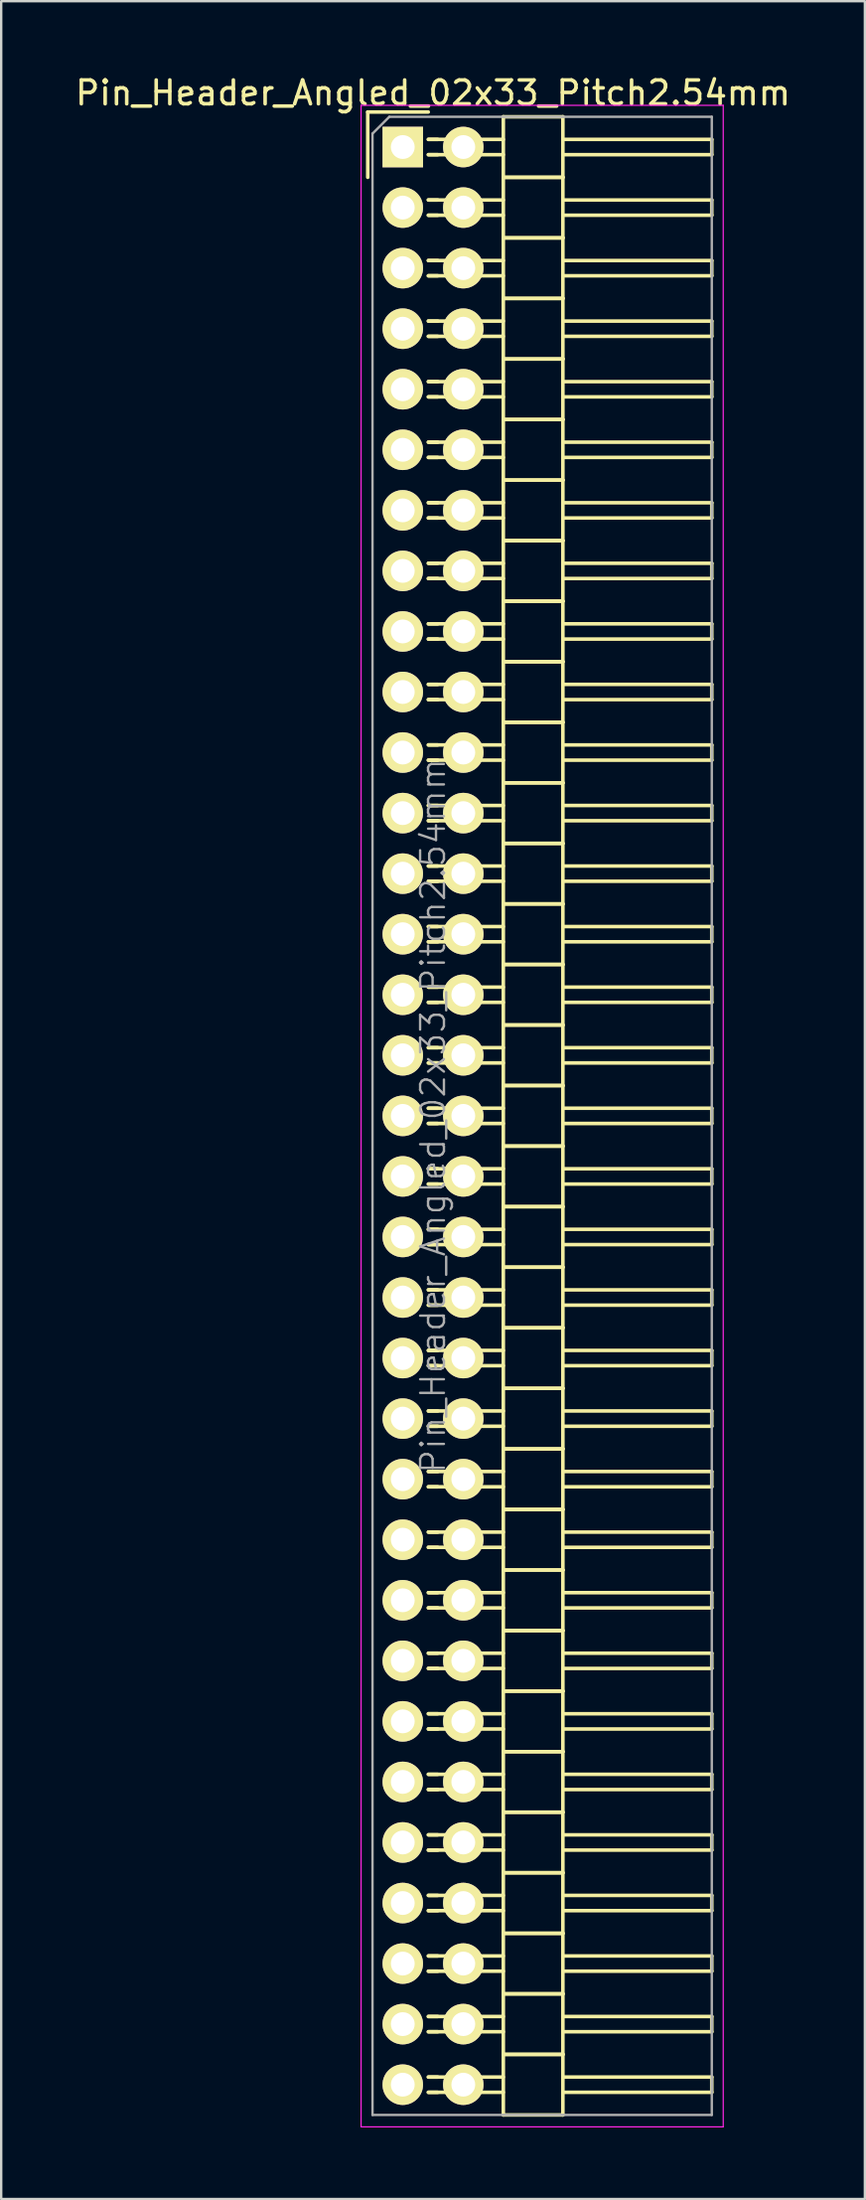
<source format=kicad_pcb>
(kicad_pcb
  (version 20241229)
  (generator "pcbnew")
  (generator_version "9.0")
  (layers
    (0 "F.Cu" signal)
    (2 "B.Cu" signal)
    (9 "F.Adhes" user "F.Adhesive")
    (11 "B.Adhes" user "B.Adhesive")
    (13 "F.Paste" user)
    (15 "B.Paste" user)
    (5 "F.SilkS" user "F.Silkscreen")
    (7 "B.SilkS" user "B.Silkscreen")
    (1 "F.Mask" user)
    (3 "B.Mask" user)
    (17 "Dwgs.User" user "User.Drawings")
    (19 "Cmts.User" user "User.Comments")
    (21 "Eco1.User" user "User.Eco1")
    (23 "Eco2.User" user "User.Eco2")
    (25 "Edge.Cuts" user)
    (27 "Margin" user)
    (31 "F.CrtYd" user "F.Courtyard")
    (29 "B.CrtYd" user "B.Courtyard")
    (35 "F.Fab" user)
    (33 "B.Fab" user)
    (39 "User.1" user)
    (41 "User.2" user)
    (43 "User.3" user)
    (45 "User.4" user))
  (footprint "Pin_Header_Angled_02x33_Pitch2.54mm"
    (layer "F.Cu")
    (at 13.855 3.118)
    (property "Reference" "Pin_Header_Angled_02x33_Pitch2.54mm" (at 1.27 -2.27 0) (layer "F.SilkS") (effects (font (size 1 1) (thickness 0.15))))
    (attr smd)
    (fp_line (start -1.47 -1.47) (end -1.47 1.27) (stroke (width 0.15) (type solid)) (layer "F.SilkS"))
    (fp_line (start -1.47 -1.47) (end 1.07 -1.47) (stroke (width 0.15) (type solid)) (layer "F.SilkS"))
    (fp_line (start 1.465 -0.32) (end 1.075 -0.32) (stroke (width 0.15) (type solid)) (layer "F.SilkS"))
    (fp_line (start 1.465 0.32) (end 1.075 0.32) (stroke (width 0.15) (type solid)) (layer "F.SilkS"))
    (fp_line (start 1.465 2.22) (end 1.075 2.22) (stroke (width 0.15) (type solid)) (layer "F.SilkS"))
    (fp_line (start 1.465 2.86) (end 1.075 2.86) (stroke (width 0.15) (type solid)) (layer "F.SilkS"))
    (fp_line (start 1.465 4.76) (end 1.075 4.76) (stroke (width 0.15) (type solid)) (layer "F.SilkS"))
    (fp_line (start 1.465 5.4) (end 1.075 5.4) (stroke (width 0.15) (type solid)) (layer "F.SilkS"))
    (fp_line (start 1.465 7.3) (end 1.075 7.3) (stroke (width 0.15) (type solid)) (layer "F.SilkS"))
    (fp_line (start 1.465 7.94) (end 1.075 7.94) (stroke (width 0.15) (type solid)) (layer "F.SilkS"))
    (fp_line (start 1.465 9.84) (end 1.075 9.84) (stroke (width 0.15) (type solid)) (layer "F.SilkS"))
    (fp_line (start 1.465 10.48) (end 1.075 10.48) (stroke (width 0.15) (type solid)) (layer "F.SilkS"))
    (fp_line (start 1.465 12.38) (end 1.075 12.38) (stroke (width 0.15) (type solid)) (layer "F.SilkS"))
    (fp_line (start 1.465 13.02) (end 1.075 13.02) (stroke (width 0.15) (type solid)) (layer "F.SilkS"))
    (fp_line (start 1.465 14.92) (end 1.075 14.92) (stroke (width 0.15) (type solid)) (layer "F.SilkS"))
    (fp_line (start 1.465 15.56) (end 1.075 15.56) (stroke (width 0.15) (type solid)) (layer "F.SilkS"))
    (fp_line (start 1.465 17.46) (end 1.075 17.46) (stroke (width 0.15) (type solid)) (layer "F.SilkS"))
    (fp_line (start 1.465 18.1) (end 1.075 18.1) (stroke (width 0.15) (type solid)) (layer "F.SilkS"))
    (fp_line (start 1.465 20) (end 1.075 20) (stroke (width 0.15) (type solid)) (layer "F.SilkS"))
    (fp_line (start 1.465 20.64) (end 1.075 20.64) (stroke (width 0.15) (type solid)) (layer "F.SilkS"))
    (fp_line (start 1.465 22.54) (end 1.075 22.54) (stroke (width 0.15) (type solid)) (layer "F.SilkS"))
    (fp_line (start 1.465 23.18) (end 1.075 23.18) (stroke (width 0.15) (type solid)) (layer "F.SilkS"))
    (fp_line (start 1.465 25.08) (end 1.075 25.08) (stroke (width 0.15) (type solid)) (layer "F.SilkS"))
    (fp_line (start 1.465 25.72) (end 1.075 25.72) (stroke (width 0.15) (type solid)) (layer "F.SilkS"))
    (fp_line (start 1.465 27.62) (end 1.075 27.62) (stroke (width 0.15) (type solid)) (layer "F.SilkS"))
    (fp_line (start 1.465 28.26) (end 1.075 28.26) (stroke (width 0.15) (type solid)) (layer "F.SilkS"))
    (fp_line (start 1.465 30.16) (end 1.075 30.16) (stroke (width 0.15) (type solid)) (layer "F.SilkS"))
    (fp_line (start 1.465 30.8) (end 1.075 30.8) (stroke (width 0.15) (type solid)) (layer "F.SilkS"))
    (fp_line (start 1.465 32.7) (end 1.075 32.7) (stroke (width 0.15) (type solid)) (layer "F.SilkS"))
    (fp_line (start 1.465 33.34) (end 1.075 33.34) (stroke (width 0.15) (type solid)) (layer "F.SilkS"))
    (fp_line (start 1.465 35.24) (end 1.075 35.24) (stroke (width 0.15) (type solid)) (layer "F.SilkS"))
    (fp_line (start 1.465 35.88) (end 1.075 35.88) (stroke (width 0.15) (type solid)) (layer "F.SilkS"))
    (fp_line (start 1.465 37.78) (end 1.075 37.78) (stroke (width 0.15) (type solid)) (layer "F.SilkS"))
    (fp_line (start 1.465 38.42) (end 1.075 38.42) (stroke (width 0.15) (type solid)) (layer "F.SilkS"))
    (fp_line (start 1.465 40.32) (end 1.075 40.32) (stroke (width 0.15) (type solid)) (layer "F.SilkS"))
    (fp_line (start 1.465 40.96) (end 1.075 40.96) (stroke (width 0.15) (type solid)) (layer "F.SilkS"))
    (fp_line (start 1.465 42.86) (end 1.075 42.86) (stroke (width 0.15) (type solid)) (layer "F.SilkS"))
    (fp_line (start 1.465 43.5) (end 1.075 43.5) (stroke (width 0.15) (type solid)) (layer "F.SilkS"))
    (fp_line (start 1.465 45.4) (end 1.075 45.4) (stroke (width 0.15) (type solid)) (layer "F.SilkS"))
    (fp_line (start 1.465 46.04) (end 1.075 46.04) (stroke (width 0.15) (type solid)) (layer "F.SilkS"))
    (fp_line (start 1.465 47.94) (end 1.075 47.94) (stroke (width 0.15) (type solid)) (layer "F.SilkS"))
    (fp_line (start 1.465 48.58) (end 1.075 48.58) (stroke (width 0.15) (type solid)) (layer "F.SilkS"))
    (fp_line (start 1.465 50.48) (end 1.075 50.48) (stroke (width 0.15) (type solid)) (layer "F.SilkS"))
    (fp_line (start 1.465 51.12) (end 1.075 51.12) (stroke (width 0.15) (type solid)) (layer "F.SilkS"))
    (fp_line (start 1.465 53.02) (end 1.075 53.02) (stroke (width 0.15) (type solid)) (layer "F.SilkS"))
    (fp_line (start 1.465 53.66) (end 1.075 53.66) (stroke (width 0.15) (type solid)) (layer "F.SilkS"))
    (fp_line (start 1.465 55.56) (end 1.075 55.56) (stroke (width 0.15) (type solid)) (layer "F.SilkS"))
    (fp_line (start 1.465 56.2) (end 1.075 56.2) (stroke (width 0.15) (type solid)) (layer "F.SilkS"))
    (fp_line (start 1.465 58.1) (end 1.075 58.1) (stroke (width 0.15) (type solid)) (layer "F.SilkS"))
    (fp_line (start 1.465 58.74) (end 1.075 58.74) (stroke (width 0.15) (type solid)) (layer "F.SilkS"))
    (fp_line (start 1.465 60.64) (end 1.075 60.64) (stroke (width 0.15) (type solid)) (layer "F.SilkS"))
    (fp_line (start 1.465 61.28) (end 1.075 61.28) (stroke (width 0.15) (type solid)) (layer "F.SilkS"))
    (fp_line (start 1.465 63.18) (end 1.075 63.18) (stroke (width 0.15) (type solid)) (layer "F.SilkS"))
    (fp_line (start 1.465 63.82) (end 1.075 63.82) (stroke (width 0.15) (type solid)) (layer "F.SilkS"))
    (fp_line (start 1.465 65.72) (end 1.075 65.72) (stroke (width 0.15) (type solid)) (layer "F.SilkS"))
    (fp_line (start 1.465 66.36) (end 1.075 66.36) (stroke (width 0.15) (type solid)) (layer "F.SilkS"))
    (fp_line (start 1.465 68.26) (end 1.075 68.26) (stroke (width 0.15) (type solid)) (layer "F.SilkS"))
    (fp_line (start 1.465 68.9) (end 1.075 68.9) (stroke (width 0.15) (type solid)) (layer "F.SilkS"))
    (fp_line (start 1.465 70.8) (end 1.075 70.8) (stroke (width 0.15) (type solid)) (layer "F.SilkS"))
    (fp_line (start 1.465 71.44) (end 1.075 71.44) (stroke (width 0.15) (type solid)) (layer "F.SilkS"))
    (fp_line (start 1.465 73.34) (end 1.075 73.34) (stroke (width 0.15) (type solid)) (layer "F.SilkS"))
    (fp_line (start 1.465 73.98) (end 1.075 73.98) (stroke (width 0.15) (type solid)) (layer "F.SilkS"))
    (fp_line (start 1.465 75.88) (end 1.075 75.88) (stroke (width 0.15) (type solid)) (layer "F.SilkS"))
    (fp_line (start 1.465 76.52) (end 1.075 76.52) (stroke (width 0.15) (type solid)) (layer "F.SilkS"))
    (fp_line (start 1.465 78.42) (end 1.075 78.42) (stroke (width 0.15) (type solid)) (layer "F.SilkS"))
    (fp_line (start 1.465 79.06) (end 1.075 79.06) (stroke (width 0.15) (type solid)) (layer "F.SilkS"))
    (fp_line (start 1.465 80.96) (end 1.075 80.96) (stroke (width 0.15) (type solid)) (layer "F.SilkS"))
    (fp_line (start 1.465 81.6) (end 1.075 81.6) (stroke (width 0.15) (type solid)) (layer "F.SilkS"))
    (fp_line (start 4.22 -0.32) (end 1.075 -0.32) (stroke (width 0.15) (type solid)) (layer "F.SilkS"))
    (fp_line (start 4.22 0.32) (end 1.075 0.32) (stroke (width 0.15) (type solid)) (layer "F.SilkS"))
    (fp_line (start 4.22 1.27) (end 4.22 -1.27) (stroke (width 0.15) (type solid)) (layer "F.SilkS"))
    (fp_line (start 4.22 2.22) (end 1.075 2.22) (stroke (width 0.15) (type solid)) (layer "F.SilkS"))
    (fp_line (start 4.22 2.86) (end 1.075 2.86) (stroke (width 0.15) (type solid)) (layer "F.SilkS"))
    (fp_line (start 4.22 3.81) (end 4.22 1.27) (stroke (width 0.15) (type solid)) (layer "F.SilkS"))
    (fp_line (start 4.22 4.76) (end 1.075 4.76) (stroke (width 0.15) (type solid)) (layer "F.SilkS"))
    (fp_line (start 4.22 5.4) (end 1.075 5.4) (stroke (width 0.15) (type solid)) (layer "F.SilkS"))
    (fp_line (start 4.22 6.35) (end 4.22 3.81) (stroke (width 0.15) (type solid)) (layer "F.SilkS"))
    (fp_line (start 4.22 7.3) (end 1.075 7.3) (stroke (width 0.15) (type solid)) (layer "F.SilkS"))
    (fp_line (start 4.22 7.94) (end 1.075 7.94) (stroke (width 0.15) (type solid)) (layer "F.SilkS"))
    (fp_line (start 4.22 8.89) (end 4.22 6.35) (stroke (width 0.15) (type solid)) (layer "F.SilkS"))
    (fp_line (start 4.22 9.84) (end 1.075 9.84) (stroke (width 0.15) (type solid)) (layer "F.SilkS"))
    (fp_line (start 4.22 10.48) (end 1.075 10.48) (stroke (width 0.15) (type solid)) (layer "F.SilkS"))
    (fp_line (start 4.22 11.43) (end 4.22 8.89) (stroke (width 0.15) (type solid)) (layer "F.SilkS"))
    (fp_line (start 4.22 12.38) (end 1.075 12.38) (stroke (width 0.15) (type solid)) (layer "F.SilkS"))
    (fp_line (start 4.22 13.02) (end 1.075 13.02) (stroke (width 0.15) (type solid)) (layer "F.SilkS"))
    (fp_line (start 4.22 13.97) (end 4.22 11.43) (stroke (width 0.15) (type solid)) (layer "F.SilkS"))
    (fp_line (start 4.22 14.92) (end 1.075 14.92) (stroke (width 0.15) (type solid)) (layer "F.SilkS"))
    (fp_line (start 4.22 15.56) (end 1.075 15.56) (stroke (width 0.15) (type solid)) (layer "F.SilkS"))
    (fp_line (start 4.22 16.51) (end 4.22 13.97) (stroke (width 0.15) (type solid)) (layer "F.SilkS"))
    (fp_line (start 4.22 17.46) (end 1.075 17.46) (stroke (width 0.15) (type solid)) (layer "F.SilkS"))
    (fp_line (start 4.22 18.1) (end 1.075 18.1) (stroke (width 0.15) (type solid)) (layer "F.SilkS"))
    (fp_line (start 4.22 19.05) (end 4.22 16.51) (stroke (width 0.15) (type solid)) (layer "F.SilkS"))
    (fp_line (start 4.22 20) (end 1.075 20) (stroke (width 0.15) (type solid)) (layer "F.SilkS"))
    (fp_line (start 4.22 20.64) (end 1.075 20.64) (stroke (width 0.15) (type solid)) (layer "F.SilkS"))
    (fp_line (start 4.22 21.59) (end 4.22 19.05) (stroke (width 0.15) (type solid)) (layer "F.SilkS"))
    (fp_line (start 4.22 22.54) (end 1.075 22.54) (stroke (width 0.15) (type solid)) (layer "F.SilkS"))
    (fp_line (start 4.22 23.18) (end 1.075 23.18) (stroke (width 0.15) (type solid)) (layer "F.SilkS"))
    (fp_line (start 4.22 24.13) (end 4.22 21.59) (stroke (width 0.15) (type solid)) (layer "F.SilkS"))
    (fp_line (start 4.22 25.08) (end 1.075 25.08) (stroke (width 0.15) (type solid)) (layer "F.SilkS"))
    (fp_line (start 4.22 25.72) (end 1.075 25.72) (stroke (width 0.15) (type solid)) (layer "F.SilkS"))
    (fp_line (start 4.22 26.67) (end 4.22 24.13) (stroke (width 0.15) (type solid)) (layer "F.SilkS"))
    (fp_line (start 4.22 27.62) (end 1.075 27.62) (stroke (width 0.15) (type solid)) (layer "F.SilkS"))
    (fp_line (start 4.22 28.26) (end 1.075 28.26) (stroke (width 0.15) (type solid)) (layer "F.SilkS"))
    (fp_line (start 4.22 29.21) (end 4.22 26.67) (stroke (width 0.15) (type solid)) (layer "F.SilkS"))
    (fp_line (start 4.22 30.16) (end 1.075 30.16) (stroke (width 0.15) (type solid)) (layer "F.SilkS"))
    (fp_line (start 4.22 30.8) (end 1.075 30.8) (stroke (width 0.15) (type solid)) (layer "F.SilkS"))
    (fp_line (start 4.22 31.75) (end 4.22 29.21) (stroke (width 0.15) (type solid)) (layer "F.SilkS"))
    (fp_line (start 4.22 32.7) (end 1.075 32.7) (stroke (width 0.15) (type solid)) (layer "F.SilkS"))
    (fp_line (start 4.22 33.34) (end 1.075 33.34) (stroke (width 0.15) (type solid)) (layer "F.SilkS"))
    (fp_line (start 4.22 34.29) (end 4.22 31.75) (stroke (width 0.15) (type solid)) (layer "F.SilkS"))
    (fp_line (start 4.22 35.24) (end 1.075 35.24) (stroke (width 0.15) (type solid)) (layer "F.SilkS"))
    (fp_line (start 4.22 35.88) (end 1.075 35.88) (stroke (width 0.15) (type solid)) (layer "F.SilkS"))
    (fp_line (start 4.22 36.83) (end 4.22 34.29) (stroke (width 0.15) (type solid)) (layer "F.SilkS"))
    (fp_line (start 4.22 37.78) (end 1.075 37.78) (stroke (width 0.15) (type solid)) (layer "F.SilkS"))
    (fp_line (start 4.22 38.42) (end 1.075 38.42) (stroke (width 0.15) (type solid)) (layer "F.SilkS"))
    (fp_line (start 4.22 39.37) (end 4.22 36.83) (stroke (width 0.15) (type solid)) (layer "F.SilkS"))
    (fp_line (start 4.22 40.32) (end 1.075 40.32) (stroke (width 0.15) (type solid)) (layer "F.SilkS"))
    (fp_line (start 4.22 40.96) (end 1.075 40.96) (stroke (width 0.15) (type solid)) (layer "F.SilkS"))
    (fp_line (start 4.22 41.91) (end 4.22 39.37) (stroke (width 0.15) (type solid)) (layer "F.SilkS"))
    (fp_line (start 4.22 42.86) (end 1.075 42.86) (stroke (width 0.15) (type solid)) (layer "F.SilkS"))
    (fp_line (start 4.22 43.5) (end 1.075 43.5) (stroke (width 0.15) (type solid)) (layer "F.SilkS"))
    (fp_line (start 4.22 44.45) (end 4.22 41.91) (stroke (width 0.15) (type solid)) (layer "F.SilkS"))
    (fp_line (start 4.22 45.4) (end 1.075 45.4) (stroke (width 0.15) (type solid)) (layer "F.SilkS"))
    (fp_line (start 4.22 46.04) (end 1.075 46.04) (stroke (width 0.15) (type solid)) (layer "F.SilkS"))
    (fp_line (start 4.22 46.99) (end 4.22 44.45) (stroke (width 0.15) (type solid)) (layer "F.SilkS"))
    (fp_line (start 4.22 47.94) (end 1.075 47.94) (stroke (width 0.15) (type solid)) (layer "F.SilkS"))
    (fp_line (start 4.22 48.58) (end 1.075 48.58) (stroke (width 0.15) (type solid)) (layer "F.SilkS"))
    (fp_line (start 4.22 49.53) (end 4.22 46.99) (stroke (width 0.15) (type solid)) (layer "F.SilkS"))
    (fp_line (start 4.22 50.48) (end 1.075 50.48) (stroke (width 0.15) (type solid)) (layer "F.SilkS"))
    (fp_line (start 4.22 51.12) (end 1.075 51.12) (stroke (width 0.15) (type solid)) (layer "F.SilkS"))
    (fp_line (start 4.22 52.07) (end 4.22 49.53) (stroke (width 0.15) (type solid)) (layer "F.SilkS"))
    (fp_line (start 4.22 53.02) (end 1.075 53.02) (stroke (width 0.15) (type solid)) (layer "F.SilkS"))
    (fp_line (start 4.22 53.66) (end 1.075 53.66) (stroke (width 0.15) (type solid)) (layer "F.SilkS"))
    (fp_line (start 4.22 54.61) (end 4.22 52.07) (stroke (width 0.15) (type solid)) (layer "F.SilkS"))
    (fp_line (start 4.22 55.56) (end 1.075 55.56) (stroke (width 0.15) (type solid)) (layer "F.SilkS"))
    (fp_line (start 4.22 56.2) (end 1.075 56.2) (stroke (width 0.15) (type solid)) (layer "F.SilkS"))
    (fp_line (start 4.22 57.15) (end 4.22 54.61) (stroke (width 0.15) (type solid)) (layer "F.SilkS"))
    (fp_line (start 4.22 58.1) (end 1.075 58.1) (stroke (width 0.15) (type solid)) (layer "F.SilkS"))
    (fp_line (start 4.22 58.74) (end 1.075 58.74) (stroke (width 0.15) (type solid)) (layer "F.SilkS"))
    (fp_line (start 4.22 59.69) (end 4.22 57.15) (stroke (width 0.15) (type solid)) (layer "F.SilkS"))
    (fp_line (start 4.22 60.64) (end 1.075 60.64) (stroke (width 0.15) (type solid)) (layer "F.SilkS"))
    (fp_line (start 4.22 61.28) (end 1.075 61.28) (stroke (width 0.15) (type solid)) (layer "F.SilkS"))
    (fp_line (start 4.22 62.23) (end 4.22 59.69) (stroke (width 0.15) (type solid)) (layer "F.SilkS"))
    (fp_line (start 4.22 63.18) (end 1.075 63.18) (stroke (width 0.15) (type solid)) (layer "F.SilkS"))
    (fp_line (start 4.22 63.82) (end 1.075 63.82) (stroke (width 0.15) (type solid)) (layer "F.SilkS"))
    (fp_line (start 4.22 64.77) (end 4.22 62.23) (stroke (width 0.15) (type solid)) (layer "F.SilkS"))
    (fp_line (start 4.22 65.72) (end 1.075 65.72) (stroke (width 0.15) (type solid)) (layer "F.SilkS"))
    (fp_line (start 4.22 66.36) (end 1.075 66.36) (stroke (width 0.15) (type solid)) (layer "F.SilkS"))
    (fp_line (start 4.22 67.31) (end 4.22 64.77) (stroke (width 0.15) (type solid)) (layer "F.SilkS"))
    (fp_line (start 4.22 68.26) (end 1.075 68.26) (stroke (width 0.15) (type solid)) (layer "F.SilkS"))
    (fp_line (start 4.22 68.9) (end 1.075 68.9) (stroke (width 0.15) (type solid)) (layer "F.SilkS"))
    (fp_line (start 4.22 69.85) (end 4.22 67.31) (stroke (width 0.15) (type solid)) (layer "F.SilkS"))
    (fp_line (start 4.22 70.8) (end 1.075 70.8) (stroke (width 0.15) (type solid)) (layer "F.SilkS"))
    (fp_line (start 4.22 71.44) (end 1.075 71.44) (stroke (width 0.15) (type solid)) (layer "F.SilkS"))
    (fp_line (start 4.22 72.39) (end 4.22 69.85) (stroke (width 0.15) (type solid)) (layer "F.SilkS"))
    (fp_line (start 4.22 73.34) (end 1.075 73.34) (stroke (width 0.15) (type solid)) (layer "F.SilkS"))
    (fp_line (start 4.22 73.98) (end 1.075 73.98) (stroke (width 0.15) (type solid)) (layer "F.SilkS"))
    (fp_line (start 4.22 74.93) (end 4.22 72.39) (stroke (width 0.15) (type solid)) (layer "F.SilkS"))
    (fp_line (start 4.22 75.88) (end 1.075 75.88) (stroke (width 0.15) (type solid)) (layer "F.SilkS"))
    (fp_line (start 4.22 76.52) (end 1.075 76.52) (stroke (width 0.15) (type solid)) (layer "F.SilkS"))
    (fp_line (start 4.22 77.47) (end 4.22 74.93) (stroke (width 0.15) (type solid)) (layer "F.SilkS"))
    (fp_line (start 4.22 78.42) (end 1.075 78.42) (stroke (width 0.15) (type solid)) (layer "F.SilkS"))
    (fp_line (start 4.22 79.06) (end 1.075 79.06) (stroke (width 0.15) (type solid)) (layer "F.SilkS"))
    (fp_line (start 4.22 80.01) (end 4.22 77.47) (stroke (width 0.15) (type solid)) (layer "F.SilkS"))
    (fp_line (start 4.22 80.96) (end 1.075 80.96) (stroke (width 0.15) (type solid)) (layer "F.SilkS"))
    (fp_line (start 4.22 81.6) (end 1.075 81.6) (stroke (width 0.15) (type solid)) (layer "F.SilkS"))
    (fp_line (start 4.22 82.55) (end 4.22 80.01) (stroke (width 0.15) (type solid)) (layer "F.SilkS"))
    (fp_line (start 6.72 -1.27) (end 4.22 -1.27) (stroke (width 0.15) (type solid)) (layer "F.SilkS"))
    (fp_line (start 6.72 -0.32) (end 12.97 -0.32) (stroke (width 0.15) (type solid)) (layer "F.SilkS"))
    (fp_line (start 6.72 0.32) (end 12.97 0.32) (stroke (width 0.15) (type solid)) (layer "F.SilkS"))
    (fp_line (start 6.72 1.27) (end 4.22 1.27) (stroke (width 0.15) (type solid)) (layer "F.SilkS"))
    (fp_line (start 6.72 1.27) (end 4.22 1.27) (stroke (width 0.15) (type solid)) (layer "F.SilkS"))
    (fp_line (start 6.72 1.27) (end 6.72 -1.27) (stroke (width 0.15) (type solid)) (layer "F.SilkS"))
    (fp_line (start 6.72 2.22) (end 12.97 2.22) (stroke (width 0.15) (type solid)) (layer "F.SilkS"))
    (fp_line (start 6.72 2.86) (end 12.97 2.86) (stroke (width 0.15) (type solid)) (layer "F.SilkS"))
    (fp_line (start 6.72 3.81) (end 4.22 3.81) (stroke (width 0.15) (type solid)) (layer "F.SilkS"))
    (fp_line (start 6.72 3.81) (end 4.22 3.81) (stroke (width 0.15) (type solid)) (layer "F.SilkS"))
    (fp_line (start 6.72 3.81) (end 6.72 1.27) (stroke (width 0.15) (type solid)) (layer "F.SilkS"))
    (fp_line (start 6.72 4.76) (end 12.97 4.76) (stroke (width 0.15) (type solid)) (layer "F.SilkS"))
    (fp_line (start 6.72 5.4) (end 12.97 5.4) (stroke (width 0.15) (type solid)) (layer "F.SilkS"))
    (fp_line (start 6.72 6.35) (end 4.22 6.35) (stroke (width 0.15) (type solid)) (layer "F.SilkS"))
    (fp_line (start 6.72 6.35) (end 4.22 6.35) (stroke (width 0.15) (type solid)) (layer "F.SilkS"))
    (fp_line (start 6.72 6.35) (end 6.72 3.81) (stroke (width 0.15) (type solid)) (layer "F.SilkS"))
    (fp_line (start 6.72 7.3) (end 12.97 7.3) (stroke (width 0.15) (type solid)) (layer "F.SilkS"))
    (fp_line (start 6.72 7.94) (end 12.97 7.94) (stroke (width 0.15) (type solid)) (layer "F.SilkS"))
    (fp_line (start 6.72 8.89) (end 4.22 8.89) (stroke (width 0.15) (type solid)) (layer "F.SilkS"))
    (fp_line (start 6.72 8.89) (end 4.22 8.89) (stroke (width 0.15) (type solid)) (layer "F.SilkS"))
    (fp_line (start 6.72 8.89) (end 6.72 6.35) (stroke (width 0.15) (type solid)) (layer "F.SilkS"))
    (fp_line (start 6.72 9.84) (end 12.97 9.84) (stroke (width 0.15) (type solid)) (layer "F.SilkS"))
    (fp_line (start 6.72 10.48) (end 12.97 10.48) (stroke (width 0.15) (type solid)) (layer "F.SilkS"))
    (fp_line (start 6.72 11.43) (end 4.22 11.43) (stroke (width 0.15) (type solid)) (layer "F.SilkS"))
    (fp_line (start 6.72 11.43) (end 4.22 11.43) (stroke (width 0.15) (type solid)) (layer "F.SilkS"))
    (fp_line (start 6.72 11.43) (end 6.72 8.89) (stroke (width 0.15) (type solid)) (layer "F.SilkS"))
    (fp_line (start 6.72 12.38) (end 12.97 12.38) (stroke (width 0.15) (type solid)) (layer "F.SilkS"))
    (fp_line (start 6.72 13.02) (end 12.97 13.02) (stroke (width 0.15) (type solid)) (layer "F.SilkS"))
    (fp_line (start 6.72 13.97) (end 4.22 13.97) (stroke (width 0.15) (type solid)) (layer "F.SilkS"))
    (fp_line (start 6.72 13.97) (end 4.22 13.97) (stroke (width 0.15) (type solid)) (layer "F.SilkS"))
    (fp_line (start 6.72 13.97) (end 6.72 11.43) (stroke (width 0.15) (type solid)) (layer "F.SilkS"))
    (fp_line (start 6.72 14.92) (end 12.97 14.92) (stroke (width 0.15) (type solid)) (layer "F.SilkS"))
    (fp_line (start 6.72 15.56) (end 12.97 15.56) (stroke (width 0.15) (type solid)) (layer "F.SilkS"))
    (fp_line (start 6.72 16.51) (end 4.22 16.51) (stroke (width 0.15) (type solid)) (layer "F.SilkS"))
    (fp_line (start 6.72 16.51) (end 4.22 16.51) (stroke (width 0.15) (type solid)) (layer "F.SilkS"))
    (fp_line (start 6.72 16.51) (end 6.72 13.97) (stroke (width 0.15) (type solid)) (layer "F.SilkS"))
    (fp_line (start 6.72 17.46) (end 12.97 17.46) (stroke (width 0.15) (type solid)) (layer "F.SilkS"))
    (fp_line (start 6.72 18.1) (end 12.97 18.1) (stroke (width 0.15) (type solid)) (layer "F.SilkS"))
    (fp_line (start 6.72 19.05) (end 4.22 19.05) (stroke (width 0.15) (type solid)) (layer "F.SilkS"))
    (fp_line (start 6.72 19.05) (end 4.22 19.05) (stroke (width 0.15) (type solid)) (layer "F.SilkS"))
    (fp_line (start 6.72 19.05) (end 6.72 16.51) (stroke (width 0.15) (type solid)) (layer "F.SilkS"))
    (fp_line (start 6.72 20) (end 12.97 20) (stroke (width 0.15) (type solid)) (layer "F.SilkS"))
    (fp_line (start 6.72 20.64) (end 12.97 20.64) (stroke (width 0.15) (type solid)) (layer "F.SilkS"))
    (fp_line (start 6.72 21.59) (end 4.22 21.59) (stroke (width 0.15) (type solid)) (layer "F.SilkS"))
    (fp_line (start 6.72 21.59) (end 4.22 21.59) (stroke (width 0.15) (type solid)) (layer "F.SilkS"))
    (fp_line (start 6.72 21.59) (end 6.72 19.05) (stroke (width 0.15) (type solid)) (layer "F.SilkS"))
    (fp_line (start 6.72 22.54) (end 12.97 22.54) (stroke (width 0.15) (type solid)) (layer "F.SilkS"))
    (fp_line (start 6.72 23.18) (end 12.97 23.18) (stroke (width 0.15) (type solid)) (layer "F.SilkS"))
    (fp_line (start 6.72 24.13) (end 4.22 24.13) (stroke (width 0.15) (type solid)) (layer "F.SilkS"))
    (fp_line (start 6.72 24.13) (end 4.22 24.13) (stroke (width 0.15) (type solid)) (layer "F.SilkS"))
    (fp_line (start 6.72 24.13) (end 6.72 21.59) (stroke (width 0.15) (type solid)) (layer "F.SilkS"))
    (fp_line (start 6.72 25.08) (end 12.97 25.08) (stroke (width 0.15) (type solid)) (layer "F.SilkS"))
    (fp_line (start 6.72 25.72) (end 12.97 25.72) (stroke (width 0.15) (type solid)) (layer "F.SilkS"))
    (fp_line (start 6.72 26.67) (end 4.22 26.67) (stroke (width 0.15) (type solid)) (layer "F.SilkS"))
    (fp_line (start 6.72 26.67) (end 4.22 26.67) (stroke (width 0.15) (type solid)) (layer "F.SilkS"))
    (fp_line (start 6.72 26.67) (end 6.72 24.13) (stroke (width 0.15) (type solid)) (layer "F.SilkS"))
    (fp_line (start 6.72 27.62) (end 12.97 27.62) (stroke (width 0.15) (type solid)) (layer "F.SilkS"))
    (fp_line (start 6.72 28.26) (end 12.97 28.26) (stroke (width 0.15) (type solid)) (layer "F.SilkS"))
    (fp_line (start 6.72 29.21) (end 4.22 29.21) (stroke (width 0.15) (type solid)) (layer "F.SilkS"))
    (fp_line (start 6.72 29.21) (end 4.22 29.21) (stroke (width 0.15) (type solid)) (layer "F.SilkS"))
    (fp_line (start 6.72 29.21) (end 6.72 26.67) (stroke (width 0.15) (type solid)) (layer "F.SilkS"))
    (fp_line (start 6.72 30.16) (end 12.97 30.16) (stroke (width 0.15) (type solid)) (layer "F.SilkS"))
    (fp_line (start 6.72 30.8) (end 12.97 30.8) (stroke (width 0.15) (type solid)) (layer "F.SilkS"))
    (fp_line (start 6.72 31.75) (end 4.22 31.75) (stroke (width 0.15) (type solid)) (layer "F.SilkS"))
    (fp_line (start 6.72 31.75) (end 4.22 31.75) (stroke (width 0.15) (type solid)) (layer "F.SilkS"))
    (fp_line (start 6.72 31.75) (end 6.72 29.21) (stroke (width 0.15) (type solid)) (layer "F.SilkS"))
    (fp_line (start 6.72 32.7) (end 12.97 32.7) (stroke (width 0.15) (type solid)) (layer "F.SilkS"))
    (fp_line (start 6.72 33.34) (end 12.97 33.34) (stroke (width 0.15) (type solid)) (layer "F.SilkS"))
    (fp_line (start 6.72 34.29) (end 4.22 34.29) (stroke (width 0.15) (type solid)) (layer "F.SilkS"))
    (fp_line (start 6.72 34.29) (end 4.22 34.29) (stroke (width 0.15) (type solid)) (layer "F.SilkS"))
    (fp_line (start 6.72 34.29) (end 6.72 31.75) (stroke (width 0.15) (type solid)) (layer "F.SilkS"))
    (fp_line (start 6.72 35.24) (end 12.97 35.24) (stroke (width 0.15) (type solid)) (layer "F.SilkS"))
    (fp_line (start 6.72 35.88) (end 12.97 35.88) (stroke (width 0.15) (type solid)) (layer "F.SilkS"))
    (fp_line (start 6.72 36.83) (end 4.22 36.83) (stroke (width 0.15) (type solid)) (layer "F.SilkS"))
    (fp_line (start 6.72 36.83) (end 4.22 36.83) (stroke (width 0.15) (type solid)) (layer "F.SilkS"))
    (fp_line (start 6.72 36.83) (end 6.72 34.29) (stroke (width 0.15) (type solid)) (layer "F.SilkS"))
    (fp_line (start 6.72 37.78) (end 12.97 37.78) (stroke (width 0.15) (type solid)) (layer "F.SilkS"))
    (fp_line (start 6.72 38.42) (end 12.97 38.42) (stroke (width 0.15) (type solid)) (layer "F.SilkS"))
    (fp_line (start 6.72 39.37) (end 4.22 39.37) (stroke (width 0.15) (type solid)) (layer "F.SilkS"))
    (fp_line (start 6.72 39.37) (end 4.22 39.37) (stroke (width 0.15) (type solid)) (layer "F.SilkS"))
    (fp_line (start 6.72 39.37) (end 6.72 36.83) (stroke (width 0.15) (type solid)) (layer "F.SilkS"))
    (fp_line (start 6.72 40.32) (end 12.97 40.32) (stroke (width 0.15) (type solid)) (layer "F.SilkS"))
    (fp_line (start 6.72 40.96) (end 12.97 40.96) (stroke (width 0.15) (type solid)) (layer "F.SilkS"))
    (fp_line (start 6.72 41.91) (end 4.22 41.91) (stroke (width 0.15) (type solid)) (layer "F.SilkS"))
    (fp_line (start 6.72 41.91) (end 4.22 41.91) (stroke (width 0.15) (type solid)) (layer "F.SilkS"))
    (fp_line (start 6.72 41.91) (end 6.72 39.37) (stroke (width 0.15) (type solid)) (layer "F.SilkS"))
    (fp_line (start 6.72 42.86) (end 12.97 42.86) (stroke (width 0.15) (type solid)) (layer "F.SilkS"))
    (fp_line (start 6.72 43.5) (end 12.97 43.5) (stroke (width 0.15) (type solid)) (layer "F.SilkS"))
    (fp_line (start 6.72 44.45) (end 4.22 44.45) (stroke (width 0.15) (type solid)) (layer "F.SilkS"))
    (fp_line (start 6.72 44.45) (end 4.22 44.45) (stroke (width 0.15) (type solid)) (layer "F.SilkS"))
    (fp_line (start 6.72 44.45) (end 6.72 41.91) (stroke (width 0.15) (type solid)) (layer "F.SilkS"))
    (fp_line (start 6.72 45.4) (end 12.97 45.4) (stroke (width 0.15) (type solid)) (layer "F.SilkS"))
    (fp_line (start 6.72 46.04) (end 12.97 46.04) (stroke (width 0.15) (type solid)) (layer "F.SilkS"))
    (fp_line (start 6.72 46.99) (end 4.22 46.99) (stroke (width 0.15) (type solid)) (layer "F.SilkS"))
    (fp_line (start 6.72 46.99) (end 4.22 46.99) (stroke (width 0.15) (type solid)) (layer "F.SilkS"))
    (fp_line (start 6.72 46.99) (end 6.72 44.45) (stroke (width 0.15) (type solid)) (layer "F.SilkS"))
    (fp_line (start 6.72 47.94) (end 12.97 47.94) (stroke (width 0.15) (type solid)) (layer "F.SilkS"))
    (fp_line (start 6.72 48.58) (end 12.97 48.58) (stroke (width 0.15) (type solid)) (layer "F.SilkS"))
    (fp_line (start 6.72 49.53) (end 4.22 49.53) (stroke (width 0.15) (type solid)) (layer "F.SilkS"))
    (fp_line (start 6.72 49.53) (end 4.22 49.53) (stroke (width 0.15) (type solid)) (layer "F.SilkS"))
    (fp_line (start 6.72 49.53) (end 6.72 46.99) (stroke (width 0.15) (type solid)) (layer "F.SilkS"))
    (fp_line (start 6.72 50.48) (end 12.97 50.48) (stroke (width 0.15) (type solid)) (layer "F.SilkS"))
    (fp_line (start 6.72 51.12) (end 12.97 51.12) (stroke (width 0.15) (type solid)) (layer "F.SilkS"))
    (fp_line (start 6.72 52.07) (end 4.22 52.07) (stroke (width 0.15) (type solid)) (layer "F.SilkS"))
    (fp_line (start 6.72 52.07) (end 4.22 52.07) (stroke (width 0.15) (type solid)) (layer "F.SilkS"))
    (fp_line (start 6.72 52.07) (end 6.72 49.53) (stroke (width 0.15) (type solid)) (layer "F.SilkS"))
    (fp_line (start 6.72 53.02) (end 12.97 53.02) (stroke (width 0.15) (type solid)) (layer "F.SilkS"))
    (fp_line (start 6.72 53.66) (end 12.97 53.66) (stroke (width 0.15) (type solid)) (layer "F.SilkS"))
    (fp_line (start 6.72 54.61) (end 4.22 54.61) (stroke (width 0.15) (type solid)) (layer "F.SilkS"))
    (fp_line (start 6.72 54.61) (end 4.22 54.61) (stroke (width 0.15) (type solid)) (layer "F.SilkS"))
    (fp_line (start 6.72 54.61) (end 6.72 52.07) (stroke (width 0.15) (type solid)) (layer "F.SilkS"))
    (fp_line (start 6.72 55.56) (end 12.97 55.56) (stroke (width 0.15) (type solid)) (layer "F.SilkS"))
    (fp_line (start 6.72 56.2) (end 12.97 56.2) (stroke (width 0.15) (type solid)) (layer "F.SilkS"))
    (fp_line (start 6.72 57.15) (end 4.22 57.15) (stroke (width 0.15) (type solid)) (layer "F.SilkS"))
    (fp_line (start 6.72 57.15) (end 4.22 57.15) (stroke (width 0.15) (type solid)) (layer "F.SilkS"))
    (fp_line (start 6.72 57.15) (end 6.72 54.61) (stroke (width 0.15) (type solid)) (layer "F.SilkS"))
    (fp_line (start 6.72 58.1) (end 12.97 58.1) (stroke (width 0.15) (type solid)) (layer "F.SilkS"))
    (fp_line (start 6.72 58.74) (end 12.97 58.74) (stroke (width 0.15) (type solid)) (layer "F.SilkS"))
    (fp_line (start 6.72 59.69) (end 4.22 59.69) (stroke (width 0.15) (type solid)) (layer "F.SilkS"))
    (fp_line (start 6.72 59.69) (end 4.22 59.69) (stroke (width 0.15) (type solid)) (layer "F.SilkS"))
    (fp_line (start 6.72 59.69) (end 6.72 57.15) (stroke (width 0.15) (type solid)) (layer "F.SilkS"))
    (fp_line (start 6.72 60.64) (end 12.97 60.64) (stroke (width 0.15) (type solid)) (layer "F.SilkS"))
    (fp_line (start 6.72 61.28) (end 12.97 61.28) (stroke (width 0.15) (type solid)) (layer "F.SilkS"))
    (fp_line (start 6.72 62.23) (end 4.22 62.23) (stroke (width 0.15) (type solid)) (layer "F.SilkS"))
    (fp_line (start 6.72 62.23) (end 4.22 62.23) (stroke (width 0.15) (type solid)) (layer "F.SilkS"))
    (fp_line (start 6.72 62.23) (end 6.72 59.69) (stroke (width 0.15) (type solid)) (layer "F.SilkS"))
    (fp_line (start 6.72 63.18) (end 12.97 63.18) (stroke (width 0.15) (type solid)) (layer "F.SilkS"))
    (fp_line (start 6.72 63.82) (end 12.97 63.82) (stroke (width 0.15) (type solid)) (layer "F.SilkS"))
    (fp_line (start 6.72 64.77) (end 4.22 64.77) (stroke (width 0.15) (type solid)) (layer "F.SilkS"))
    (fp_line (start 6.72 64.77) (end 4.22 64.77) (stroke (width 0.15) (type solid)) (layer "F.SilkS"))
    (fp_line (start 6.72 64.77) (end 6.72 62.23) (stroke (width 0.15) (type solid)) (layer "F.SilkS"))
    (fp_line (start 6.72 65.72) (end 12.97 65.72) (stroke (width 0.15) (type solid)) (layer "F.SilkS"))
    (fp_line (start 6.72 66.36) (end 12.97 66.36) (stroke (width 0.15) (type solid)) (layer "F.SilkS"))
    (fp_line (start 6.72 67.31) (end 4.22 67.31) (stroke (width 0.15) (type solid)) (layer "F.SilkS"))
    (fp_line (start 6.72 67.31) (end 4.22 67.31) (stroke (width 0.15) (type solid)) (layer "F.SilkS"))
    (fp_line (start 6.72 67.31) (end 6.72 64.77) (stroke (width 0.15) (type solid)) (layer "F.SilkS"))
    (fp_line (start 6.72 68.26) (end 12.97 68.26) (stroke (width 0.15) (type solid)) (layer "F.SilkS"))
    (fp_line (start 6.72 68.9) (end 12.97 68.9) (stroke (width 0.15) (type solid)) (layer "F.SilkS"))
    (fp_line (start 6.72 69.85) (end 4.22 69.85) (stroke (width 0.15) (type solid)) (layer "F.SilkS"))
    (fp_line (start 6.72 69.85) (end 4.22 69.85) (stroke (width 0.15) (type solid)) (layer "F.SilkS"))
    (fp_line (start 6.72 69.85) (end 6.72 67.31) (stroke (width 0.15) (type solid)) (layer "F.SilkS"))
    (fp_line (start 6.72 70.8) (end 12.97 70.8) (stroke (width 0.15) (type solid)) (layer "F.SilkS"))
    (fp_line (start 6.72 71.44) (end 12.97 71.44) (stroke (width 0.15) (type solid)) (layer "F.SilkS"))
    (fp_line (start 6.72 72.39) (end 4.22 72.39) (stroke (width 0.15) (type solid)) (layer "F.SilkS"))
    (fp_line (start 6.72 72.39) (end 4.22 72.39) (stroke (width 0.15) (type solid)) (layer "F.SilkS"))
    (fp_line (start 6.72 72.39) (end 6.72 69.85) (stroke (width 0.15) (type solid)) (layer "F.SilkS"))
    (fp_line (start 6.72 73.34) (end 12.97 73.34) (stroke (width 0.15) (type solid)) (layer "F.SilkS"))
    (fp_line (start 6.72 73.98) (end 12.97 73.98) (stroke (width 0.15) (type solid)) (layer "F.SilkS"))
    (fp_line (start 6.72 74.93) (end 4.22 74.93) (stroke (width 0.15) (type solid)) (layer "F.SilkS"))
    (fp_line (start 6.72 74.93) (end 4.22 74.93) (stroke (width 0.15) (type solid)) (layer "F.SilkS"))
    (fp_line (start 6.72 74.93) (end 6.72 72.39) (stroke (width 0.15) (type solid)) (layer "F.SilkS"))
    (fp_line (start 6.72 75.88) (end 12.97 75.88) (stroke (width 0.15) (type solid)) (layer "F.SilkS"))
    (fp_line (start 6.72 76.52) (end 12.97 76.52) (stroke (width 0.15) (type solid)) (layer "F.SilkS"))
    (fp_line (start 6.72 77.47) (end 4.22 77.47) (stroke (width 0.15) (type solid)) (layer "F.SilkS"))
    (fp_line (start 6.72 77.47) (end 4.22 77.47) (stroke (width 0.15) (type solid)) (layer "F.SilkS"))
    (fp_line (start 6.72 77.47) (end 6.72 74.93) (stroke (width 0.15) (type solid)) (layer "F.SilkS"))
    (fp_line (start 6.72 78.42) (end 12.97 78.42) (stroke (width 0.15) (type solid)) (layer "F.SilkS"))
    (fp_line (start 6.72 79.06) (end 12.97 79.06) (stroke (width 0.15) (type solid)) (layer "F.SilkS"))
    (fp_line (start 6.72 80.01) (end 4.22 80.01) (stroke (width 0.15) (type solid)) (layer "F.SilkS"))
    (fp_line (start 6.72 80.01) (end 4.22 80.01) (stroke (width 0.15) (type solid)) (layer "F.SilkS"))
    (fp_line (start 6.72 80.01) (end 6.72 77.47) (stroke (width 0.15) (type solid)) (layer "F.SilkS"))
    (fp_line (start 6.72 80.96) (end 12.97 80.96) (stroke (width 0.15) (type solid)) (layer "F.SilkS"))
    (fp_line (start 6.72 81.6) (end 12.97 81.6) (stroke (width 0.15) (type solid)) (layer "F.SilkS"))
    (fp_line (start 6.72 82.55) (end 4.22 82.55) (stroke (width 0.15) (type solid)) (layer "F.SilkS"))
    (fp_line (start 6.72 82.55) (end 6.72 80.01) (stroke (width 0.15) (type solid)) (layer "F.SilkS"))
    (fp_line (start 12.97 0.32) (end 12.97 -0.32) (stroke (width 0.15) (type solid)) (layer "F.SilkS"))
    (fp_line (start 12.97 2.86) (end 12.97 2.22) (stroke (width 0.15) (type solid)) (layer "F.SilkS"))
    (fp_line (start 12.97 5.4) (end 12.97 4.76) (stroke (width 0.15) (type solid)) (layer "F.SilkS"))
    (fp_line (start 12.97 7.94) (end 12.97 7.3) (stroke (width 0.15) (type solid)) (layer "F.SilkS"))
    (fp_line (start 12.97 10.48) (end 12.97 9.84) (stroke (width 0.15) (type solid)) (layer "F.SilkS"))
    (fp_line (start 12.97 13.02) (end 12.97 12.38) (stroke (width 0.15) (type solid)) (layer "F.SilkS"))
    (fp_line (start 12.97 15.56) (end 12.97 14.92) (stroke (width 0.15) (type solid)) (layer "F.SilkS"))
    (fp_line (start 12.97 18.1) (end 12.97 17.46) (stroke (width 0.15) (type solid)) (layer "F.SilkS"))
    (fp_line (start 12.97 20.64) (end 12.97 20) (stroke (width 0.15) (type solid)) (layer "F.SilkS"))
    (fp_line (start 12.97 23.18) (end 12.97 22.54) (stroke (width 0.15) (type solid)) (layer "F.SilkS"))
    (fp_line (start 12.97 25.72) (end 12.97 25.08) (stroke (width 0.15) (type solid)) (layer "F.SilkS"))
    (fp_line (start 12.97 28.26) (end 12.97 27.62) (stroke (width 0.15) (type solid)) (layer "F.SilkS"))
    (fp_line (start 12.97 30.8) (end 12.97 30.16) (stroke (width 0.15) (type solid)) (layer "F.SilkS"))
    (fp_line (start 12.97 33.34) (end 12.97 32.7) (stroke (width 0.15) (type solid)) (layer "F.SilkS"))
    (fp_line (start 12.97 35.88) (end 12.97 35.24) (stroke (width 0.15) (type solid)) (layer "F.SilkS"))
    (fp_line (start 12.97 38.42) (end 12.97 37.78) (stroke (width 0.15) (type solid)) (layer "F.SilkS"))
    (fp_line (start 12.97 40.96) (end 12.97 40.32) (stroke (width 0.15) (type solid)) (layer "F.SilkS"))
    (fp_line (start 12.97 43.5) (end 12.97 42.86) (stroke (width 0.15) (type solid)) (layer "F.SilkS"))
    (fp_line (start 12.97 46.04) (end 12.97 45.4) (stroke (width 0.15) (type solid)) (layer "F.SilkS"))
    (fp_line (start 12.97 48.58) (end 12.97 47.94) (stroke (width 0.15) (type solid)) (layer "F.SilkS"))
    (fp_line (start 12.97 51.12) (end 12.97 50.48) (stroke (width 0.15) (type solid)) (layer "F.SilkS"))
    (fp_line (start 12.97 53.66) (end 12.97 53.02) (stroke (width 0.15) (type solid)) (layer "F.SilkS"))
    (fp_line (start 12.97 56.2) (end 12.97 55.56) (stroke (width 0.15) (type solid)) (layer "F.SilkS"))
    (fp_line (start 12.97 58.74) (end 12.97 58.1) (stroke (width 0.15) (type solid)) (layer "F.SilkS"))
    (fp_line (start 12.97 61.28) (end 12.97 60.64) (stroke (width 0.15) (type solid)) (layer "F.SilkS"))
    (fp_line (start 12.97 63.82) (end 12.97 63.18) (stroke (width 0.15) (type solid)) (layer "F.SilkS"))
    (fp_line (start 12.97 66.36) (end 12.97 65.72) (stroke (width 0.15) (type solid)) (layer "F.SilkS"))
    (fp_line (start 12.97 68.9) (end 12.97 68.26) (stroke (width 0.15) (type solid)) (layer "F.SilkS"))
    (fp_line (start 12.97 71.44) (end 12.97 70.8) (stroke (width 0.15) (type solid)) (layer "F.SilkS"))
    (fp_line (start 12.97 73.98) (end 12.97 73.34) (stroke (width 0.15) (type solid)) (layer "F.SilkS"))
    (fp_line (start 12.97 76.52) (end 12.97 75.88) (stroke (width 0.15) (type solid)) (layer "F.SilkS"))
    (fp_line (start 12.97 79.06) (end 12.97 78.42) (stroke (width 0.15) (type solid)) (layer "F.SilkS"))
    (fp_line (start 12.97 81.6) (end 12.97 80.96) (stroke (width 0.15) (type solid)) (layer "F.SilkS"))
    (fp_line (start -1.75 -1.75) (end -1.75 83.05) (stroke (width 0.05) (type solid)) (layer "F.CrtYd"))
    (fp_line (start 13.45 -1.75) (end -1.75 -1.75) (stroke (width 0.05) (type solid)) (layer "F.CrtYd"))
    (fp_line (start 13.45 -1.75) (end 13.45 83.05) (stroke (width 0.05) (type solid)) (layer "F.CrtYd"))
    (fp_line (start 13.45 83.05) (end -1.75 83.05) (stroke (width 0.05) (type solid)) (layer "F.CrtYd"))
    (fp_line (start -1.27 -0.563) (end -0.563 -1.27) (stroke (width 0.1) (type solid)) (layer "F.Fab"))
    (fp_line (start -1.27 82.55) (end -1.27 -0.563) (stroke (width 0.1) (type solid)) (layer "F.Fab"))
    (fp_line (start 12.97 -1.27) (end -0.563 -1.27) (stroke (width 0.1) (type solid)) (layer "F.Fab"))
    (fp_line (start 12.97 82.55) (end -1.27 82.55) (stroke (width 0.1) (type solid)) (layer "F.Fab"))
    (fp_line (start 12.97 82.55) (end 12.97 -1.27) (stroke (width 0.1) (type solid)) (layer "F.Fab"))
    (fp_text user "${REFERENCE}" (at 1.27 40.64 90) (layer "F.Fab") (effects (font (size 1 1) (thickness 0.1))))
    (pad "1" thru_hole rect (at 0 0) (size 1.7 1.7) (drill 1) (layers "*.Cu" "*.Mask" "F.SilkS"))
    (pad "2" thru_hole oval (at 2.54 0) (size 1.7 1.7) (drill 1) (layers "*.Cu" "*.Mask" "F.SilkS"))
    (pad "3" thru_hole oval (at 0 2.54) (size 1.7 1.7) (drill 1) (layers "*.Cu" "*.Mask" "F.SilkS"))
    (pad "4" thru_hole oval (at 2.54 2.54) (size 1.7 1.7) (drill 1) (layers "*.Cu" "*.Mask" "F.SilkS"))
    (pad "5" thru_hole oval (at 0 5.08) (size 1.7 1.7) (drill 1) (layers "*.Cu" "*.Mask" "F.SilkS"))
    (pad "6" thru_hole oval (at 2.54 5.08) (size 1.7 1.7) (drill 1) (layers "*.Cu" "*.Mask" "F.SilkS"))
    (pad "7" thru_hole oval (at 0 7.62) (size 1.7 1.7) (drill 1) (layers "*.Cu" "*.Mask" "F.SilkS"))
    (pad "8" thru_hole oval (at 2.54 7.62) (size 1.7 1.7) (drill 1) (layers "*.Cu" "*.Mask" "F.SilkS"))
    (pad "9" thru_hole oval (at 0 10.16) (size 1.7 1.7) (drill 1) (layers "*.Cu" "*.Mask" "F.SilkS"))
    (pad "10" thru_hole oval (at 2.54 10.16) (size 1.7 1.7) (drill 1) (layers "*.Cu" "*.Mask" "F.SilkS"))
    (pad "11" thru_hole oval (at 0 12.7) (size 1.7 1.7) (drill 1) (layers "*.Cu" "*.Mask" "F.SilkS"))
    (pad "12" thru_hole oval (at 2.54 12.7) (size 1.7 1.7) (drill 1) (layers "*.Cu" "*.Mask" "F.SilkS"))
    (pad "13" thru_hole oval (at 0 15.24) (size 1.7 1.7) (drill 1) (layers "*.Cu" "*.Mask" "F.SilkS"))
    (pad "14" thru_hole oval (at 2.54 15.24) (size 1.7 1.7) (drill 1) (layers "*.Cu" "*.Mask" "F.SilkS"))
    (pad "15" thru_hole oval (at 0 17.78) (size 1.7 1.7) (drill 1) (layers "*.Cu" "*.Mask" "F.SilkS"))
    (pad "16" thru_hole oval (at 2.54 17.78) (size 1.7 1.7) (drill 1) (layers "*.Cu" "*.Mask" "F.SilkS"))
    (pad "17" thru_hole oval (at 0 20.32) (size 1.7 1.7) (drill 1) (layers "*.Cu" "*.Mask" "F.SilkS"))
    (pad "18" thru_hole oval (at 2.54 20.32) (size 1.7 1.7) (drill 1) (layers "*.Cu" "*.Mask" "F.SilkS"))
    (pad "19" thru_hole oval (at 0 22.86) (size 1.7 1.7) (drill 1) (layers "*.Cu" "*.Mask" "F.SilkS"))
    (pad "20" thru_hole oval (at 2.54 22.86) (size 1.7 1.7) (drill 1) (layers "*.Cu" "*.Mask" "F.SilkS"))
    (pad "21" thru_hole oval (at 0 25.4) (size 1.7 1.7) (drill 1) (layers "*.Cu" "*.Mask" "F.SilkS"))
    (pad "22" thru_hole oval (at 2.54 25.4) (size 1.7 1.7) (drill 1) (layers "*.Cu" "*.Mask" "F.SilkS"))
    (pad "23" thru_hole oval (at 0 27.94) (size 1.7 1.7) (drill 1) (layers "*.Cu" "*.Mask" "F.SilkS"))
    (pad "24" thru_hole oval (at 2.54 27.94) (size 1.7 1.7) (drill 1) (layers "*.Cu" "*.Mask" "F.SilkS"))
    (pad "25" thru_hole oval (at 0 30.48) (size 1.7 1.7) (drill 1) (layers "*.Cu" "*.Mask" "F.SilkS"))
    (pad "26" thru_hole oval (at 2.54 30.48) (size 1.7 1.7) (drill 1) (layers "*.Cu" "*.Mask" "F.SilkS"))
    (pad "27" thru_hole oval (at 0 33.02) (size 1.7 1.7) (drill 1) (layers "*.Cu" "*.Mask" "F.SilkS"))
    (pad "28" thru_hole oval (at 2.54 33.02) (size 1.7 1.7) (drill 1) (layers "*.Cu" "*.Mask" "F.SilkS"))
    (pad "29" thru_hole oval (at 0 35.56) (size 1.7 1.7) (drill 1) (layers "*.Cu" "*.Mask" "F.SilkS"))
    (pad "30" thru_hole oval (at 2.54 35.56) (size 1.7 1.7) (drill 1) (layers "*.Cu" "*.Mask" "F.SilkS"))
    (pad "31" thru_hole oval (at 0 38.1) (size 1.7 1.7) (drill 1) (layers "*.Cu" "*.Mask" "F.SilkS"))
    (pad "32" thru_hole oval (at 2.54 38.1) (size 1.7 1.7) (drill 1) (layers "*.Cu" "*.Mask" "F.SilkS"))
    (pad "33" thru_hole oval (at 0 40.64) (size 1.7 1.7) (drill 1) (layers "*.Cu" "*.Mask" "F.SilkS"))
    (pad "34" thru_hole oval (at 2.54 40.64) (size 1.7 1.7) (drill 1) (layers "*.Cu" "*.Mask" "F.SilkS"))
    (pad "35" thru_hole oval (at 0 43.18) (size 1.7 1.7) (drill 1) (layers "*.Cu" "*.Mask" "F.SilkS"))
    (pad "36" thru_hole oval (at 2.54 43.18) (size 1.7 1.7) (drill 1) (layers "*.Cu" "*.Mask" "F.SilkS"))
    (pad "37" thru_hole oval (at 0 45.72) (size 1.7 1.7) (drill 1) (layers "*.Cu" "*.Mask" "F.SilkS"))
    (pad "38" thru_hole oval (at 2.54 45.72) (size 1.7 1.7) (drill 1) (layers "*.Cu" "*.Mask" "F.SilkS"))
    (pad "39" thru_hole oval (at 0 48.26) (size 1.7 1.7) (drill 1) (layers "*.Cu" "*.Mask" "F.SilkS"))
    (pad "40" thru_hole oval (at 2.54 48.26) (size 1.7 1.7) (drill 1) (layers "*.Cu" "*.Mask" "F.SilkS"))
    (pad "41" thru_hole oval (at 0 50.8) (size 1.7 1.7) (drill 1) (layers "*.Cu" "*.Mask" "F.SilkS"))
    (pad "42" thru_hole oval (at 2.54 50.8) (size 1.7 1.7) (drill 1) (layers "*.Cu" "*.Mask" "F.SilkS"))
    (pad "43" thru_hole oval (at 0 53.34) (size 1.7 1.7) (drill 1) (layers "*.Cu" "*.Mask" "F.SilkS"))
    (pad "44" thru_hole oval (at 2.54 53.34) (size 1.7 1.7) (drill 1) (layers "*.Cu" "*.Mask" "F.SilkS"))
    (pad "45" thru_hole oval (at 0 55.88) (size 1.7 1.7) (drill 1) (layers "*.Cu" "*.Mask" "F.SilkS"))
    (pad "46" thru_hole oval (at 2.54 55.88) (size 1.7 1.7) (drill 1) (layers "*.Cu" "*.Mask" "F.SilkS"))
    (pad "47" thru_hole oval (at 0 58.42) (size 1.7 1.7) (drill 1) (layers "*.Cu" "*.Mask" "F.SilkS"))
    (pad "48" thru_hole oval (at 2.54 58.42) (size 1.7 1.7) (drill 1) (layers "*.Cu" "*.Mask" "F.SilkS"))
    (pad "49" thru_hole oval (at 0 60.96) (size 1.7 1.7) (drill 1) (layers "*.Cu" "*.Mask" "F.SilkS"))
    (pad "50" thru_hole oval (at 2.54 60.96) (size 1.7 1.7) (drill 1) (layers "*.Cu" "*.Mask" "F.SilkS"))
    (pad "51" thru_hole oval (at 0 63.5) (size 1.7 1.7) (drill 1) (layers "*.Cu" "*.Mask" "F.SilkS"))
    (pad "52" thru_hole oval (at 2.54 63.5) (size 1.7 1.7) (drill 1) (layers "*.Cu" "*.Mask" "F.SilkS"))
    (pad "53" thru_hole oval (at 0 66.04) (size 1.7 1.7) (drill 1) (layers "*.Cu" "*.Mask" "F.SilkS"))
    (pad "54" thru_hole oval (at 2.54 66.04) (size 1.7 1.7) (drill 1) (layers "*.Cu" "*.Mask" "F.SilkS"))
    (pad "55" thru_hole oval (at 0 68.58) (size 1.7 1.7) (drill 1) (layers "*.Cu" "*.Mask" "F.SilkS"))
    (pad "56" thru_hole oval (at 2.54 68.58) (size 1.7 1.7) (drill 1) (layers "*.Cu" "*.Mask" "F.SilkS"))
    (pad "57" thru_hole oval (at 0 71.12) (size 1.7 1.7) (drill 1) (layers "*.Cu" "*.Mask" "F.SilkS"))
    (pad "58" thru_hole oval (at 2.54 71.12) (size 1.7 1.7) (drill 1) (layers "*.Cu" "*.Mask" "F.SilkS"))
    (pad "59" thru_hole oval (at 0 73.66) (size 1.7 1.7) (drill 1) (layers "*.Cu" "*.Mask" "F.SilkS"))
    (pad "60" thru_hole oval (at 2.54 73.66) (size 1.7 1.7) (drill 1) (layers "*.Cu" "*.Mask" "F.SilkS"))
    (pad "61" thru_hole oval (at 0 76.2) (size 1.7 1.7) (drill 1) (layers "*.Cu" "*.Mask" "F.SilkS"))
    (pad "62" thru_hole oval (at 2.54 76.2) (size 1.7 1.7) (drill 1) (layers "*.Cu" "*.Mask" "F.SilkS"))
    (pad "63" thru_hole oval (at 0 78.74) (size 1.7 1.7) (drill 1) (layers "*.Cu" "*.Mask" "F.SilkS"))
    (pad "64" thru_hole oval (at 2.54 78.74) (size 1.7 1.7) (drill 1) (layers "*.Cu" "*.Mask" "F.SilkS"))
    (pad "65" thru_hole oval (at 0 81.28) (size 1.7 1.7) (drill 1) (layers "*.Cu" "*.Mask" "F.SilkS"))
    (pad "66" thru_hole oval (at 2.54 81.28) (size 1.7 1.7) (drill 1) (layers "*.Cu" "*.Mask" "F.SilkS")))
  (gr_rect
    (start -3 -3)
    (end 33.25 89.193)
    (stroke (width 0.1) (type default))
    (fill no)
    (layer "Edge.Cuts")))
</source>
